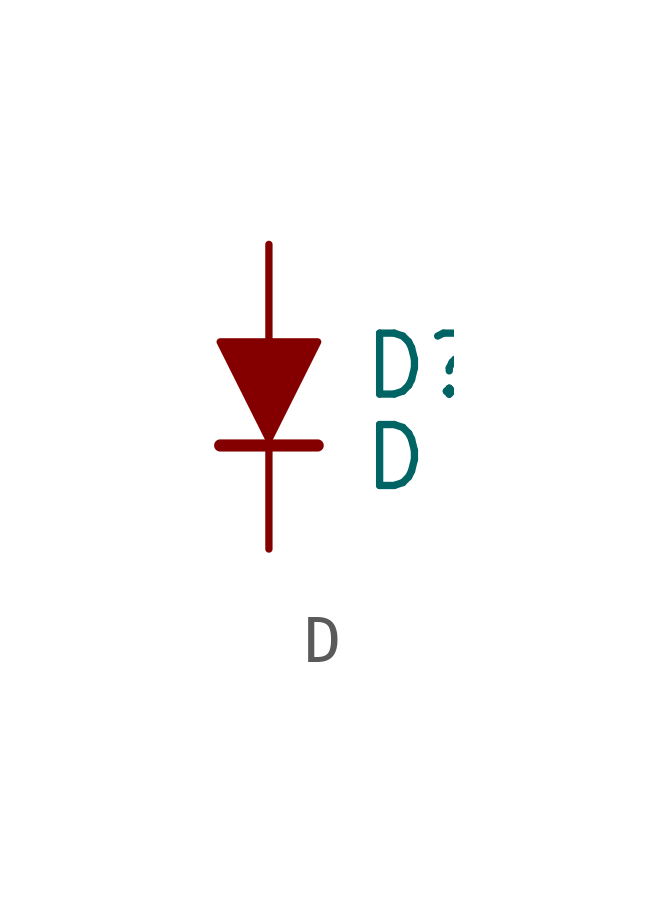
<source format=kicad_sym>
(kicad_symbol_lib
  (version 20211014)
  (generator kicad_symbol_editor)
  (symbol "D"
    (pin_numbers hide)
    (pin_names
      (offset 1.016) hide)
    (property "Reference" "D"
      (at 1.905 -2.54 0)
      (effects (font (size 1.27 1.27)) (justify left)))
    (property "Value" "D"
      (at 1.905 -4.445 0)
      (effects (font (size 1.27 1.27)) (justify left)))
    (symbol "D_0_1"
      (polyline (pts (xy 1.016 -4.191) (xy -1.016 -4.191)) (stroke (width 0.254) (type default) (color 0 0 0 0)) (fill (type none)))
      (polyline (pts (xy -1.016 -2.032) (xy 1.016 -2.032) (xy 0 -4.064) (xy -1.016 -2.032)) (stroke (width 0) (type default) (color 0 0 0 0)) (fill (type outline))))
    (symbol "D_1_1"
      (pin passive line (at 0 0 270) (length 2.032) (name "~" (effects (font (size 1.27 1.27)))) (number "A" (effects (font (size 1.27 1.27)))))
      (pin passive line (at 0 -6.35 90) (length 2.032) (name "~" (effects (font (size 1.27 1.27)))) (number "C" (effects (font (size 1.27 1.27))))))))
</source>
